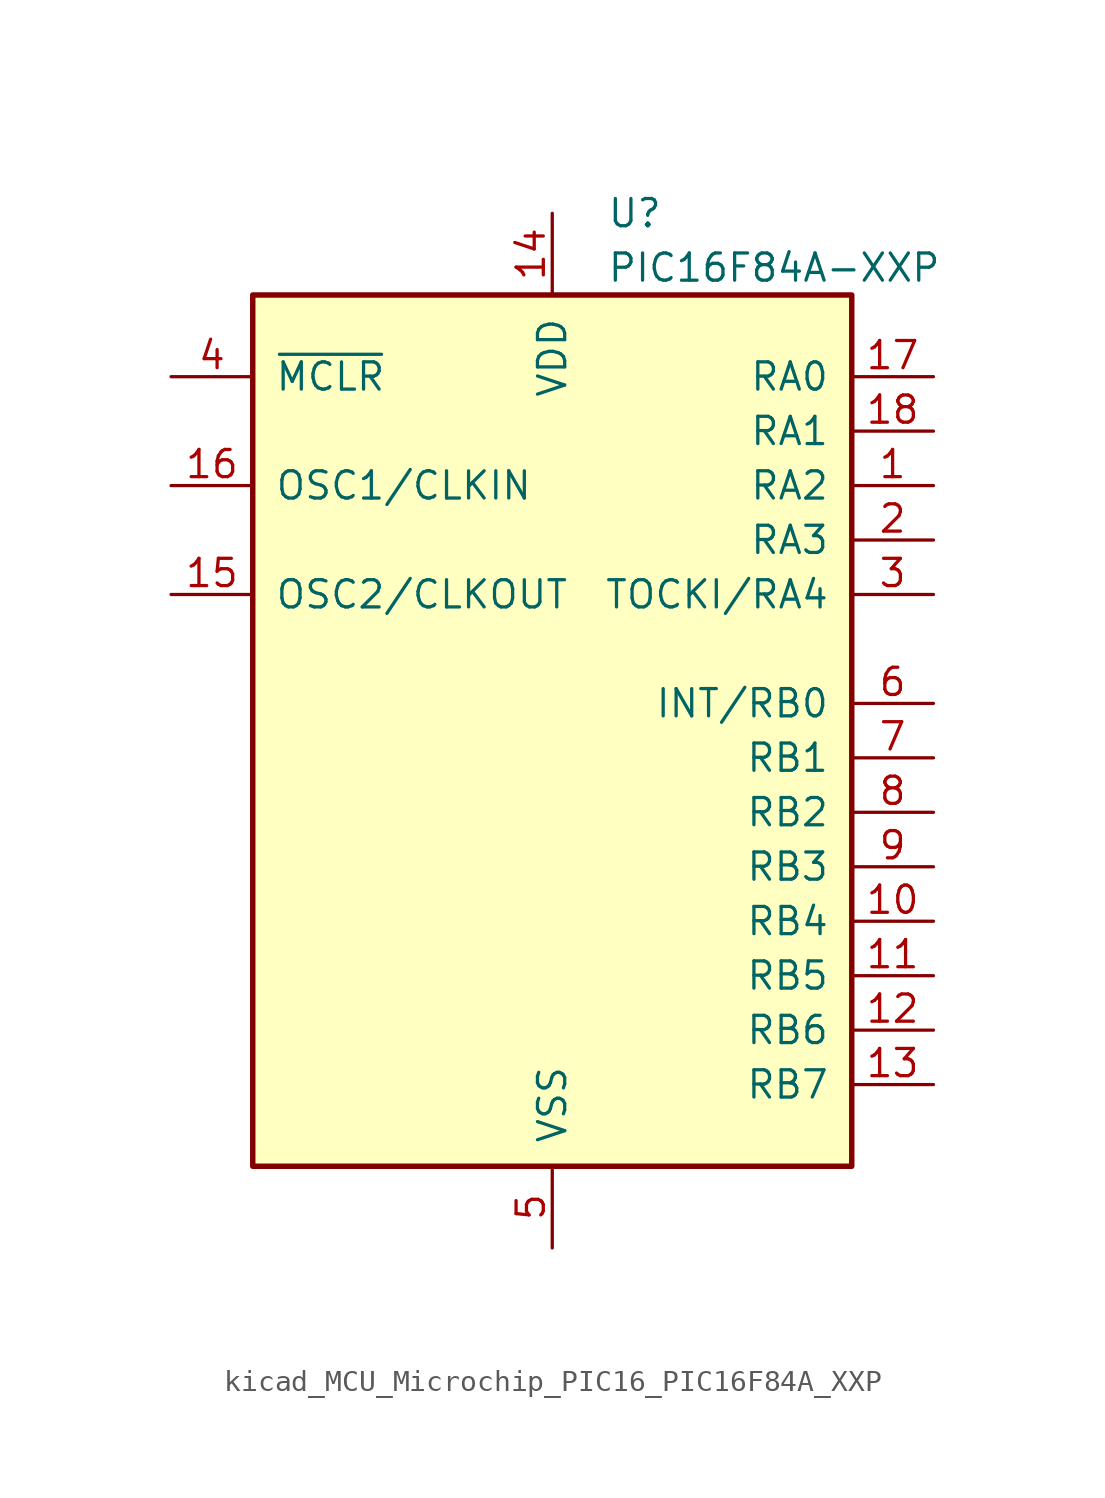
<source format=kicad_sym>
(kicad_symbol_lib
  (version 20220914)
  (generator kicad_symbol_editor)
  (symbol "kicad_MCU_Microchip_PIC16_PIC16F84A_XXP"
    (pin_names
      (offset 1.016))
    (property "Reference" "U"
      (at 2.54 22.86 0)
      (effects (font (size 1.27 1.27)) (justify left)))
    (property "Value" "PIC16F84A-XXP"
      (at 2.54 20.32 0)
      (effects (font (size 1.27 1.27)) (justify left)))
    (symbol "kicad_MCU_Microchip_PIC16_PIC16F84A_XXP_0_1"
      (rectangle (start -13.97 19.05) (end 13.97 -21.59) (stroke (width 0.254) (type default)) (fill (type background))))
    (symbol "kicad_MCU_Microchip_PIC16_PIC16F84A_XXP_1_1"
      (pin bidirectional line (at 17.78 10.16 180) (length 3.81) (name "RA2" (effects (font (size 1.27 1.27)))) (number "1" (effects (font (size 1.27 1.27)))))
      (pin bidirectional line (at 17.78 -10.16 180) (length 3.81) (name "RB4" (effects (font (size 1.27 1.27)))) (number "10" (effects (font (size 1.27 1.27)))))
      (pin bidirectional line (at 17.78 -12.7 180) (length 3.81) (name "RB5" (effects (font (size 1.27 1.27)))) (number "11" (effects (font (size 1.27 1.27)))))
      (pin bidirectional line (at 17.78 -15.24 180) (length 3.81) (name "RB6" (effects (font (size 1.27 1.27)))) (number "12" (effects (font (size 1.27 1.27)))))
      (pin bidirectional line (at 17.78 -17.78 180) (length 3.81) (name "RB7" (effects (font (size 1.27 1.27)))) (number "13" (effects (font (size 1.27 1.27)))))
      (pin power_in line (at 0 22.86 270) (length 3.81) (name "VDD" (effects (font (size 1.27 1.27)))) (number "14" (effects (font (size 1.27 1.27)))))
      (pin output line (at -17.78 5.08 0) (length 3.81) (name "OSC2/CLKOUT" (effects (font (size 1.27 1.27)))) (number "15" (effects (font (size 1.27 1.27)))))
      (pin input line (at -17.78 10.16 0) (length 3.81) (name "OSC1/CLKIN" (effects (font (size 1.27 1.27)))) (number "16" (effects (font (size 1.27 1.27)))))
      (pin bidirectional line (at 17.78 15.24 180) (length 3.81) (name "RA0" (effects (font (size 1.27 1.27)))) (number "17" (effects (font (size 1.27 1.27)))))
      (pin bidirectional line (at 17.78 12.7 180) (length 3.81) (name "RA1" (effects (font (size 1.27 1.27)))) (number "18" (effects (font (size 1.27 1.27)))))
      (pin bidirectional line (at 17.78 7.62 180) (length 3.81) (name "RA3" (effects (font (size 1.27 1.27)))) (number "2" (effects (font (size 1.27 1.27)))))
      (pin bidirectional line (at 17.78 5.08 180) (length 3.81) (name "TOCKI/RA4" (effects (font (size 1.27 1.27)))) (number "3" (effects (font (size 1.27 1.27)))))
      (pin input line (at -17.78 15.24 0) (length 3.81) (name "~{MCLR}" (effects (font (size 1.27 1.27)))) (number "4" (effects (font (size 1.27 1.27)))))
      (pin power_in line (at 0 -25.4 90) (length 3.81) (name "VSS" (effects (font (size 1.27 1.27)))) (number "5" (effects (font (size 1.27 1.27)))))
      (pin bidirectional line (at 17.78 0 180) (length 3.81) (name "INT/RB0" (effects (font (size 1.27 1.27)))) (number "6" (effects (font (size 1.27 1.27)))))
      (pin bidirectional line (at 17.78 -2.54 180) (length 3.81) (name "RB1" (effects (font (size 1.27 1.27)))) (number "7" (effects (font (size 1.27 1.27)))))
      (pin bidirectional line (at 17.78 -5.08 180) (length 3.81) (name "RB2" (effects (font (size 1.27 1.27)))) (number "8" (effects (font (size 1.27 1.27)))))
      (pin bidirectional line (at 17.78 -7.62 180) (length 3.81) (name "RB3" (effects (font (size 1.27 1.27)))) (number "9" (effects (font (size 1.27 1.27))))))))
</source>
